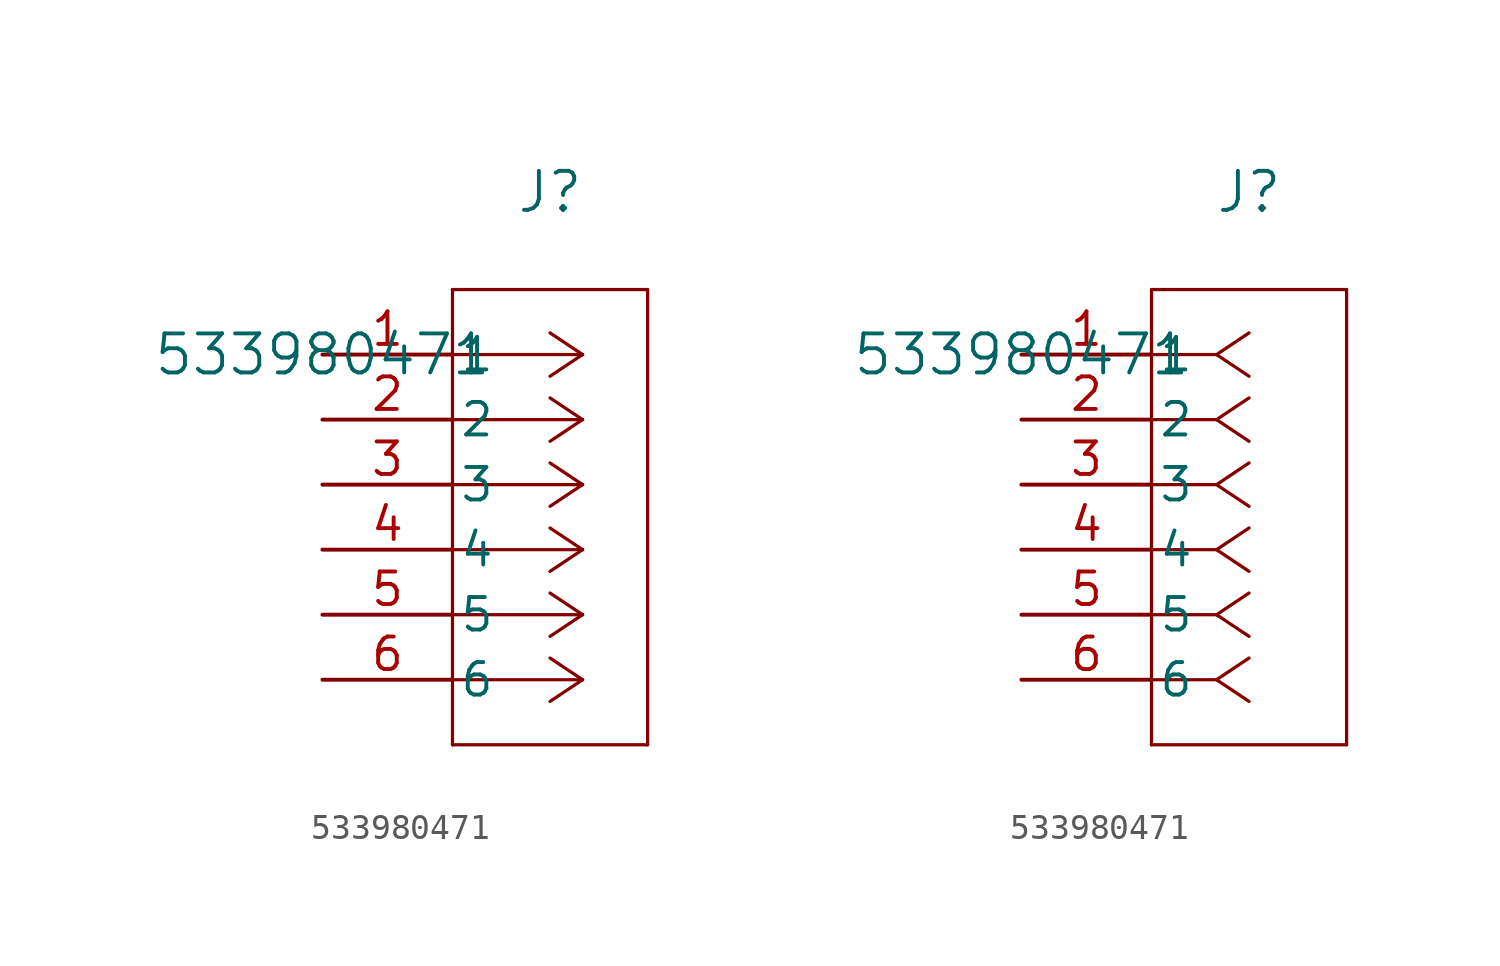
<source format=kicad_sym>
(kicad_symbol_lib
  (version 20211014)
  (generator kicad_symbol_editor)
  (symbol "533980471"
    (pin_names
      (offset 0.254))
    (property "Reference" "J"
      (at 8.89 6.35 0)
      (effects (font (size 1.524 1.524))))
    (property "Value" "533980471"
      (at 0 0 0)
      (effects (font (size 1.524 1.524))))
    (symbol "533980471_1_1"
      (polyline (pts (xy 10.16 0) (xy 5.08 0)) (stroke (width 0.127) (type default) (color 0 0 0 0)) (fill (type none)))
      (polyline (pts (xy 10.16 -2.54) (xy 5.08 -2.54)) (stroke (width 0.127) (type default) (color 0 0 0 0)) (fill (type none)))
      (polyline (pts (xy 10.16 -5.08) (xy 5.08 -5.08)) (stroke (width 0.127) (type default) (color 0 0 0 0)) (fill (type none)))
      (polyline (pts (xy 10.16 -7.62) (xy 5.08 -7.62)) (stroke (width 0.127) (type default) (color 0 0 0 0)) (fill (type none)))
      (polyline (pts (xy 10.16 -10.16) (xy 5.08 -10.16)) (stroke (width 0.127) (type default) (color 0 0 0 0)) (fill (type none)))
      (polyline (pts (xy 10.16 -12.7) (xy 5.08 -12.7)) (stroke (width 0.127) (type default) (color 0 0 0 0)) (fill (type none)))
      (polyline (pts (xy 10.16 0) (xy 8.89 0.847)) (stroke (width 0.127) (type default) (color 0 0 0 0)) (fill (type none)))
      (polyline (pts (xy 10.16 -2.54) (xy 8.89 -1.693)) (stroke (width 0.127) (type default) (color 0 0 0 0)) (fill (type none)))
      (polyline (pts (xy 10.16 -5.08) (xy 8.89 -4.233)) (stroke (width 0.127) (type default) (color 0 0 0 0)) (fill (type none)))
      (polyline (pts (xy 10.16 -7.62) (xy 8.89 -6.773)) (stroke (width 0.127) (type default) (color 0 0 0 0)) (fill (type none)))
      (polyline (pts (xy 10.16 -10.16) (xy 8.89 -9.313)) (stroke (width 0.127) (type default) (color 0 0 0 0)) (fill (type none)))
      (polyline (pts (xy 10.16 -12.7) (xy 8.89 -11.853)) (stroke (width 0.127) (type default) (color 0 0 0 0)) (fill (type none)))
      (polyline (pts (xy 10.16 0) (xy 8.89 -0.847)) (stroke (width 0.127) (type default) (color 0 0 0 0)) (fill (type none)))
      (polyline (pts (xy 10.16 -2.54) (xy 8.89 -3.387)) (stroke (width 0.127) (type default) (color 0 0 0 0)) (fill (type none)))
      (polyline (pts (xy 10.16 -5.08) (xy 8.89 -5.927)) (stroke (width 0.127) (type default) (color 0 0 0 0)) (fill (type none)))
      (polyline (pts (xy 10.16 -7.62) (xy 8.89 -8.467)) (stroke (width 0.127) (type default) (color 0 0 0 0)) (fill (type none)))
      (polyline (pts (xy 10.16 -10.16) (xy 8.89 -11.007)) (stroke (width 0.127) (type default) (color 0 0 0 0)) (fill (type none)))
      (polyline (pts (xy 10.16 -12.7) (xy 8.89 -13.547)) (stroke (width 0.127) (type default) (color 0 0 0 0)) (fill (type none)))
      (polyline (pts (xy 5.08 2.54) (xy 5.08 -15.24)) (stroke (width 0.127) (type default) (color 0 0 0 0)) (fill (type none)))
      (polyline (pts (xy 5.08 -15.24) (xy 12.7 -15.24)) (stroke (width 0.127) (type default) (color 0 0 0 0)) (fill (type none)))
      (polyline (pts (xy 12.7 -15.24) (xy 12.7 2.54)) (stroke (width 0.127) (type default) (color 0 0 0 0)) (fill (type none)))
      (polyline (pts (xy 12.7 2.54) (xy 5.08 2.54)) (stroke (width 0.127) (type default) (color 0 0 0 0)) (fill (type none)))
      (pin unspecified line (at 0 0 0) (length 5.08) (name "1" (effects (font (size 1.27 1.27)))) (number "1" (effects (font (size 1.27 1.27)))))
      (pin unspecified line (at 0 -2.54 0) (length 5.08) (name "2" (effects (font (size 1.27 1.27)))) (number "2" (effects (font (size 1.27 1.27)))))
      (pin unspecified line (at 0 -5.08 0) (length 5.08) (name "3" (effects (font (size 1.27 1.27)))) (number "3" (effects (font (size 1.27 1.27)))))
      (pin unspecified line (at 0 -7.62 0) (length 5.08) (name "4" (effects (font (size 1.27 1.27)))) (number "4" (effects (font (size 1.27 1.27)))))
      (pin unspecified line (at 0 -10.16 0) (length 5.08) (name "5" (effects (font (size 1.27 1.27)))) (number "5" (effects (font (size 1.27 1.27)))))
      (pin unspecified line (at 0 -12.7 0) (length 5.08) (name "6" (effects (font (size 1.27 1.27)))) (number "6" (effects (font (size 1.27 1.27))))))
    (symbol "533980471_1_2"
      (polyline (pts (xy 7.62 0) (xy 5.08 0)) (stroke (width 0.127) (type default) (color 0 0 0 0)) (fill (type none)))
      (polyline (pts (xy 7.62 -2.54) (xy 5.08 -2.54)) (stroke (width 0.127) (type default) (color 0 0 0 0)) (fill (type none)))
      (polyline (pts (xy 7.62 -5.08) (xy 5.08 -5.08)) (stroke (width 0.127) (type default) (color 0 0 0 0)) (fill (type none)))
      (polyline (pts (xy 7.62 -7.62) (xy 5.08 -7.62)) (stroke (width 0.127) (type default) (color 0 0 0 0)) (fill (type none)))
      (polyline (pts (xy 7.62 -10.16) (xy 5.08 -10.16)) (stroke (width 0.127) (type default) (color 0 0 0 0)) (fill (type none)))
      (polyline (pts (xy 7.62 -12.7) (xy 5.08 -12.7)) (stroke (width 0.127) (type default) (color 0 0 0 0)) (fill (type none)))
      (polyline (pts (xy 7.62 0) (xy 8.89 0.847)) (stroke (width 0.127) (type default) (color 0 0 0 0)) (fill (type none)))
      (polyline (pts (xy 7.62 -2.54) (xy 8.89 -1.693)) (stroke (width 0.127) (type default) (color 0 0 0 0)) (fill (type none)))
      (polyline (pts (xy 7.62 -5.08) (xy 8.89 -4.233)) (stroke (width 0.127) (type default) (color 0 0 0 0)) (fill (type none)))
      (polyline (pts (xy 7.62 -7.62) (xy 8.89 -6.773)) (stroke (width 0.127) (type default) (color 0 0 0 0)) (fill (type none)))
      (polyline (pts (xy 7.62 -10.16) (xy 8.89 -9.313)) (stroke (width 0.127) (type default) (color 0 0 0 0)) (fill (type none)))
      (polyline (pts (xy 7.62 -12.7) (xy 8.89 -11.853)) (stroke (width 0.127) (type default) (color 0 0 0 0)) (fill (type none)))
      (polyline (pts (xy 7.62 0) (xy 8.89 -0.847)) (stroke (width 0.127) (type default) (color 0 0 0 0)) (fill (type none)))
      (polyline (pts (xy 7.62 -2.54) (xy 8.89 -3.387)) (stroke (width 0.127) (type default) (color 0 0 0 0)) (fill (type none)))
      (polyline (pts (xy 7.62 -5.08) (xy 8.89 -5.927)) (stroke (width 0.127) (type default) (color 0 0 0 0)) (fill (type none)))
      (polyline (pts (xy 7.62 -7.62) (xy 8.89 -8.467)) (stroke (width 0.127) (type default) (color 0 0 0 0)) (fill (type none)))
      (polyline (pts (xy 7.62 -10.16) (xy 8.89 -11.007)) (stroke (width 0.127) (type default) (color 0 0 0 0)) (fill (type none)))
      (polyline (pts (xy 7.62 -12.7) (xy 8.89 -13.547)) (stroke (width 0.127) (type default) (color 0 0 0 0)) (fill (type none)))
      (polyline (pts (xy 5.08 2.54) (xy 5.08 -15.24)) (stroke (width 0.127) (type default) (color 0 0 0 0)) (fill (type none)))
      (polyline (pts (xy 5.08 -15.24) (xy 12.7 -15.24)) (stroke (width 0.127) (type default) (color 0 0 0 0)) (fill (type none)))
      (polyline (pts (xy 12.7 -15.24) (xy 12.7 2.54)) (stroke (width 0.127) (type default) (color 0 0 0 0)) (fill (type none)))
      (polyline (pts (xy 12.7 2.54) (xy 5.08 2.54)) (stroke (width 0.127) (type default) (color 0 0 0 0)) (fill (type none)))
      (pin unspecified line (at 0 0 0) (length 5.08) (name "1" (effects (font (size 1.27 1.27)))) (number "1" (effects (font (size 1.27 1.27)))))
      (pin unspecified line (at 0 -2.54 0) (length 5.08) (name "2" (effects (font (size 1.27 1.27)))) (number "2" (effects (font (size 1.27 1.27)))))
      (pin unspecified line (at 0 -5.08 0) (length 5.08) (name "3" (effects (font (size 1.27 1.27)))) (number "3" (effects (font (size 1.27 1.27)))))
      (pin unspecified line (at 0 -7.62 0) (length 5.08) (name "4" (effects (font (size 1.27 1.27)))) (number "4" (effects (font (size 1.27 1.27)))))
      (pin unspecified line (at 0 -10.16 0) (length 5.08) (name "5" (effects (font (size 1.27 1.27)))) (number "5" (effects (font (size 1.27 1.27)))))
      (pin unspecified line (at 0 -12.7 0) (length 5.08) (name "6" (effects (font (size 1.27 1.27)))) (number "6" (effects (font (size 1.27 1.27))))))))
</source>
